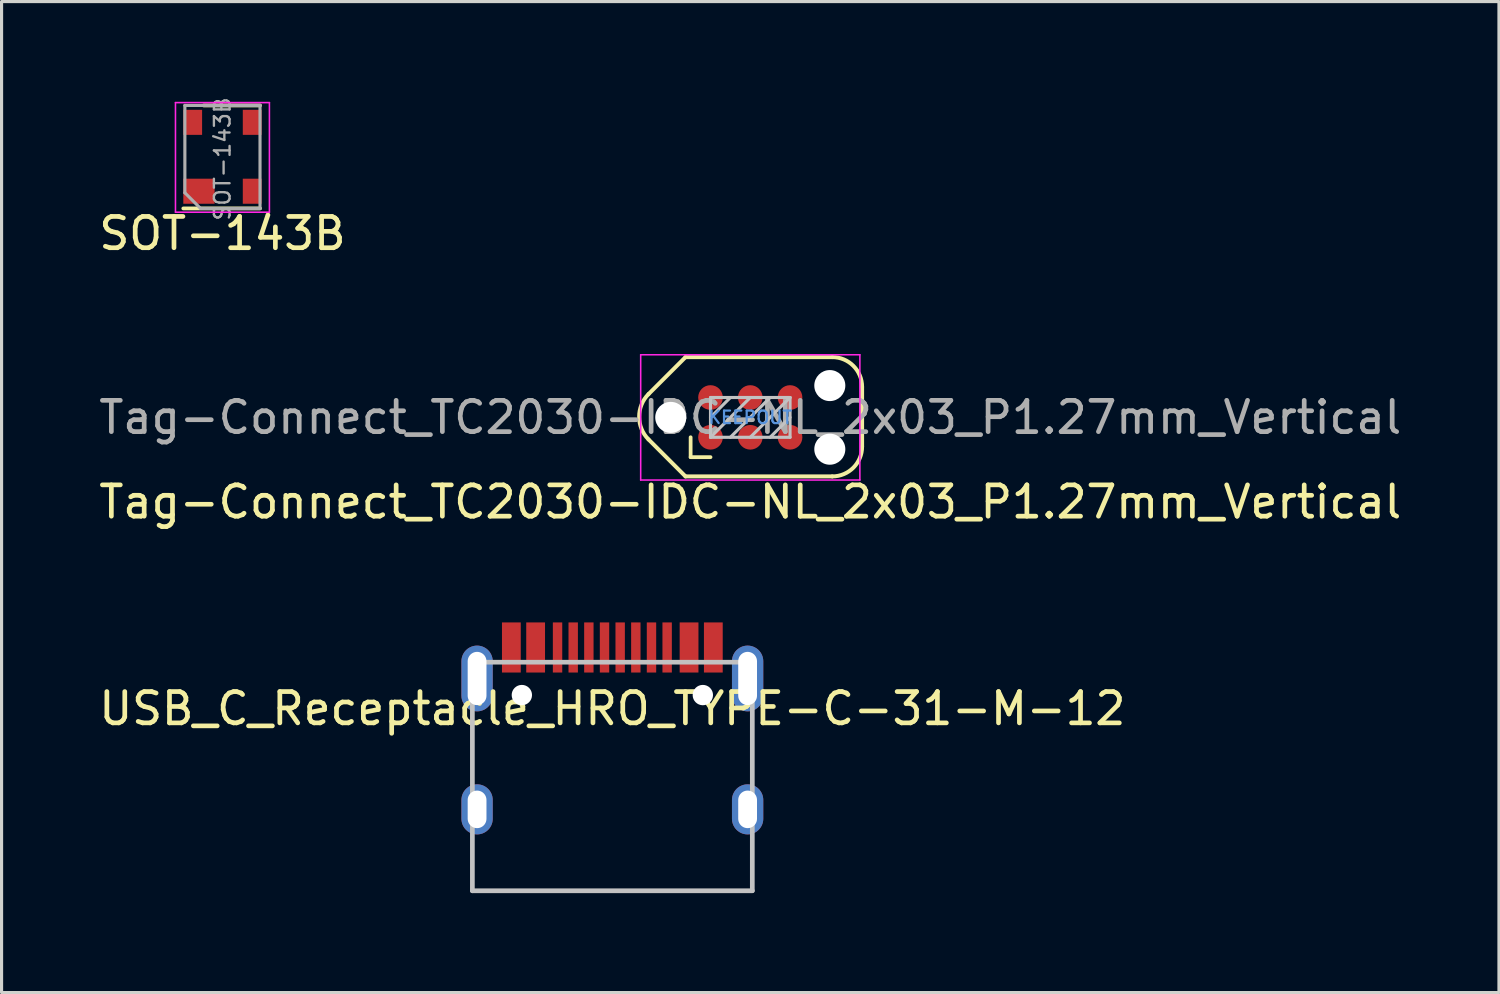
<source format=kicad_pcb>
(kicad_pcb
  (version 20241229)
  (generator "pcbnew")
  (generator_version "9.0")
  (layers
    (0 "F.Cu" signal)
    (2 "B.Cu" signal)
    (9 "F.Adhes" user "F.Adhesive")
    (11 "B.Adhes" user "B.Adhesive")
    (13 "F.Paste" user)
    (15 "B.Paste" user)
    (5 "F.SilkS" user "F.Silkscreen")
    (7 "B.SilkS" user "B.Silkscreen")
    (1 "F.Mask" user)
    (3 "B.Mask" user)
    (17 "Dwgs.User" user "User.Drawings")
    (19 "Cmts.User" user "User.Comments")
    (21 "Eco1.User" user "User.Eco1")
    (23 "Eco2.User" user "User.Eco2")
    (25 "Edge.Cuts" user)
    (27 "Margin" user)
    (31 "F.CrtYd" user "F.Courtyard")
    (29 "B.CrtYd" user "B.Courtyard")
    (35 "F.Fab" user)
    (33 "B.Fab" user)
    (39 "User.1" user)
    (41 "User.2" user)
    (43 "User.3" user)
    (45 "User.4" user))
  (footprint "USB_C_Receptacle_HRO_TYPE-C-31-M-12"
    (layer "F.Cu")
    (at 16.506 25.398)
    (property "Reference" "USB_C_Receptacle_HRO_TYPE-C-31-M-12" (at 0 -5.817 0) (layer "F.SilkS") (effects (font (size 1 1) (thickness 0.15))))
    (attr smd)
    (fp_line (start -4.47 -7.3) (end 4.47 -7.3) (stroke (width 0.15) (type solid)) (layer "Dwgs.User"))
    (fp_line (start -4.47 0) (end -4.47 -7.3) (stroke (width 0.15) (type solid)) (layer "Dwgs.User"))
    (fp_line (start -4.47 0) (end 4.47 0) (stroke (width 0.15) (type solid)) (layer "Dwgs.User"))
    (fp_line (start 4.47 0) (end 4.47 -7.3) (stroke (width 0.15) (type solid)) (layer "Dwgs.User"))
    (pad "" np_thru_hole circle (at -2.89 -6.25) (size 0.65 0.65) (drill 0.65) (layers "*.Cu" "*.Mask"))
    (pad "" np_thru_hole circle (at 2.89 -6.25) (size 0.65 0.65) (drill 0.65) (layers "*.Cu" "*.Mask"))
    (pad "A1" smd rect (at -3.225 -7.77) (size 0.6 1.6) (layers "F.Cu" "F.Mask" "F.Paste"))
    (pad "A4" smd rect (at -2.45 -7.77) (size 0.6 1.6) (layers "F.Cu" "F.Mask" "F.Paste"))
    (pad "A5" smd rect (at -1.25 -7.77) (size 0.3 1.6) (layers "F.Cu" "F.Mask" "F.Paste"))
    (pad "A6" smd rect (at -0.25 -7.77) (size 0.3 1.6) (layers "F.Cu" "F.Mask" "F.Paste"))
    (pad "A7" smd rect (at 0.25 -7.77) (size 0.3 1.6) (layers "F.Cu" "F.Mask" "F.Paste"))
    (pad "A8" smd rect (at 1.25 -7.77) (size 0.3 1.6) (layers "F.Cu" "F.Mask" "F.Paste"))
    (pad "B1" smd rect (at 3.225 -7.77) (size 0.6 1.6) (layers "F.Cu" "F.Mask" "F.Paste"))
    (pad "B4" smd rect (at 2.45 -7.77) (size 0.6 1.6) (layers "F.Cu" "F.Mask" "F.Paste"))
    (pad "B5" smd rect (at 1.75 -7.77) (size 0.3 1.6) (layers "F.Cu" "F.Mask" "F.Paste"))
    (pad "B6" smd rect (at 0.75 -7.77) (size 0.3 1.6) (layers "F.Cu" "F.Mask" "F.Paste"))
    (pad "B7" smd rect (at -0.75 -7.77) (size 0.3 1.6) (layers "F.Cu" "F.Mask" "F.Paste"))
    (pad "B8" smd rect (at -1.75 -7.77) (size 0.3 1.6) (layers "F.Cu" "F.Mask" "F.Paste"))
    (pad "S1" thru_hole oval (at -4.32 -6.78) (size 1 2.1) (drill oval 0.6 1.7) (layers "*.Cu" "B.Mask"))
    (pad "S1" thru_hole oval (at -4.32 -2.6) (size 1 1.6) (drill oval 0.6 1.2) (layers "*.Cu" "B.Mask"))
    (pad "S1" thru_hole oval (at 4.32 -6.78) (size 1 2.1) (drill oval 0.6 1.7) (layers "*.Cu" "B.Mask"))
    (pad "S1" thru_hole oval (at 4.32 -2.6) (size 1 1.6) (drill oval 0.6 1.2) (layers "*.Cu" "B.Mask")))
  (footprint "Tag-Connect_TC2030-IDC-NL_2x03_P1.27mm_Vertical"
    (layer "F.Cu")
    (at 20.911 10.28)
    (property "Reference" "Tag-Connect_TC2030-IDC-NL_2x03_P1.27mm_Vertical" (at 0 2.7 0) (layer "F.SilkS") (effects (font (size 1 1) (thickness 0.15))))
    (attr exclude_from_pos_files exclude_from_bom)
    (fp_line (start -3.249 -0.744) (end -2.068 -1.925) (stroke (width 0.127) (type solid)) (layer "F.SilkS"))
    (fp_line (start -3.249 0.704) (end -2.068 1.885) (stroke (width 0.127) (type solid)) (layer "F.SilkS"))
    (fp_line (start -1.905 1.27) (end -1.905 0.635) (stroke (width 0.12) (type solid)) (layer "F.SilkS"))
    (fp_line (start -1.27 1.27) (end -1.905 1.27) (stroke (width 0.12) (type solid)) (layer "F.SilkS"))
    (fp_line (start 2.619 -1.925) (end -2.068 -1.925) (stroke (width 0.127) (type solid)) (layer "F.SilkS"))
    (fp_line (start 2.619 1.885) (end -2.068 1.885) (stroke (width 0.127) (type solid)) (layer "F.SilkS"))
    (fp_line (start 3.571 -0.973) (end 3.571 0.932) (stroke (width 0.127) (type solid)) (layer "F.SilkS"))
    (fp_arc (start -3.2489 0.7039) (mid -3.548749 -0.02) (end -3.2489 -0.7439) (stroke (width 0.127) (type solid)) (layer "F.SilkS"))
    (fp_arc (start 2.6185 -1.925) (mid 3.292019 -1.646019) (end 3.571 -0.9725) (stroke (width 0.127) (type solid)) (layer "F.SilkS"))
    (fp_arc (start 3.571 0.9325) (mid 3.292019 1.606019) (end 2.6185 1.885) (stroke (width 0.127) (type solid)) (layer "F.SilkS"))
    (fp_line (start -1.27 -0.635) (end 1.27 -0.635) (stroke (width 0.1) (type solid)) (layer "Dwgs.User"))
    (fp_line (start -1.27 0) (end -0.635 -0.635) (stroke (width 0.1) (type solid)) (layer "Dwgs.User"))
    (fp_line (start -1.27 0.635) (end -1.27 -0.635) (stroke (width 0.1) (type solid)) (layer "Dwgs.User"))
    (fp_line (start -1.27 0.635) (end 0 -0.635) (stroke (width 0.1) (type solid)) (layer "Dwgs.User"))
    (fp_line (start -0.635 0.635) (end 0.635 -0.635) (stroke (width 0.1) (type solid)) (layer "Dwgs.User"))
    (fp_line (start 0 0.635) (end 1.27 -0.635) (stroke (width 0.1) (type solid)) (layer "Dwgs.User"))
    (fp_line (start 0.635 0.635) (end 1.27 0) (stroke (width 0.1) (type solid)) (layer "Dwgs.User"))
    (fp_line (start 1.27 -0.635) (end 1.27 0.635) (stroke (width 0.1) (type solid)) (layer "Dwgs.User"))
    (fp_line (start 1.27 0.635) (end -1.27 0.635) (stroke (width 0.1) (type solid)) (layer "Dwgs.User"))
    (fp_line (start -3.5 -2) (end 3.5 -2) (stroke (width 0.05) (type solid)) (layer "F.CrtYd"))
    (fp_line (start -3.5 2) (end -3.5 -2) (stroke (width 0.05) (type solid)) (layer "F.CrtYd"))
    (fp_line (start 3.5 -2) (end 3.5 2) (stroke (width 0.05) (type solid)) (layer "F.CrtYd"))
    (fp_line (start 3.5 2) (end -3.5 2) (stroke (width 0.05) (type solid)) (layer "F.CrtYd"))
    (fp_text user "KEEPOUT" (at 0 0 0) (layer "Cmts.User") (effects (font (size 0.4 0.4) (thickness 0.07))))
    (fp_text user "${REFERENCE}" (at 0 0 0) (layer "F.Fab") (effects (font (size 1 1) (thickness 0.15))))
    (pad "" np_thru_hole circle (at -2.54 0) (size 0.991 0.991) (drill 0.991) (layers "*.Cu" "*.Mask"))
    (pad "" np_thru_hole circle (at 2.54 -1.016) (size 0.991 0.991) (drill 0.991) (layers "*.Cu" "*.Mask"))
    (pad "" np_thru_hole circle (at 2.54 1.016) (size 0.991 0.991) (drill 0.991) (layers "*.Cu" "*.Mask"))
    (pad "1" connect circle (at -1.27 0.635) (size 0.787 0.787) (layers "F.Cu" "F.Mask"))
    (pad "2" connect circle (at -1.27 -0.635) (size 0.787 0.787) (layers "F.Cu" "F.Mask"))
    (pad "3" connect circle (at 0 0.635) (size 0.787 0.787) (layers "F.Cu" "F.Mask"))
    (pad "4" connect circle (at 0 -0.635) (size 0.787 0.787) (layers "F.Cu" "F.Mask"))
    (pad "5" connect circle (at 1.27 0.635) (size 0.787 0.787) (layers "F.Cu" "F.Mask"))
    (pad "6" connect circle (at 1.27 -0.635) (size 0.787 0.787) (layers "F.Cu" "F.Mask")))
  (footprint "SOT-143B"
    (layer "F.Cu")
    (at 4.054 1.957)
    (property "Reference" "SOT-143B" (at 0 2.45 0) (layer "F.SilkS") (effects (font (size 1 1) (thickness 0.15))))
    (attr smd)
    (fp_line (start -1.25 1.65) (end 1.2 1.65) (stroke (width 0.12) (type solid)) (layer "F.SilkS"))
    (fp_line (start 1.2 -1.64) (end -0.6 -1.64) (stroke (width 0.12) (type solid)) (layer "F.SilkS"))
    (fp_line (start -1.5 1.77) (end -1.5 -1.73) (stroke (width 0.05) (type solid)) (layer "F.CrtYd"))
    (fp_line (start -1.5 1.77) (end 1.5 1.77) (stroke (width 0.05) (type solid)) (layer "F.CrtYd"))
    (fp_line (start 1.5 -1.73) (end -1.5 -1.73) (stroke (width 0.05) (type solid)) (layer "F.CrtYd"))
    (fp_line (start 1.5 -1.73) (end 1.5 1.77) (stroke (width 0.05) (type solid)) (layer "F.CrtYd"))
    (fp_line (start -1.2 -1.64) (end -1.2 1.15) (stroke (width 0.1) (type solid)) (layer "F.Fab"))
    (fp_line (start -1.2 1.15) (end -0.7 1.65) (stroke (width 0.1) (type solid)) (layer "F.Fab"))
    (fp_line (start -0.7 1.65) (end 1.2 1.65) (stroke (width 0.1) (type solid)) (layer "F.Fab"))
    (fp_line (start 1.2 -1.64) (end -1.2 -1.64) (stroke (width 0.1) (type solid)) (layer "F.Fab"))
    (fp_line (start 1.2 1.65) (end 1.2 -1.64) (stroke (width 0.1) (type solid)) (layer "F.Fab"))
    (fp_text user "${REFERENCE}" (at 0 0.07 270) (layer "F.Fab") (effects (font (size 0.5 0.5) (thickness 0.075))))
    (pad "1" smd rect (at -0.75 1.1) (size 1 0.8) (layers "F.Cu" "F.Mask" "F.Paste"))
    (pad "2" smd rect (at 0.95 1.1) (size 0.6 0.8) (layers "F.Cu" "F.Mask" "F.Paste"))
    (pad "3" smd rect (at 0.95 -1.1) (size 0.6 0.8) (layers "F.Cu" "F.Mask" "F.Paste"))
    (pad "4" smd rect (at -0.95 -1.1) (size 0.6 0.8) (layers "F.Cu" "F.Mask" "F.Paste")))
  (gr_rect
    (start -3 -3)
    (end 44.821 28.648)
    (stroke (width 0.1) (type default))
    (fill no)
    (layer "Edge.Cuts")))
</source>
